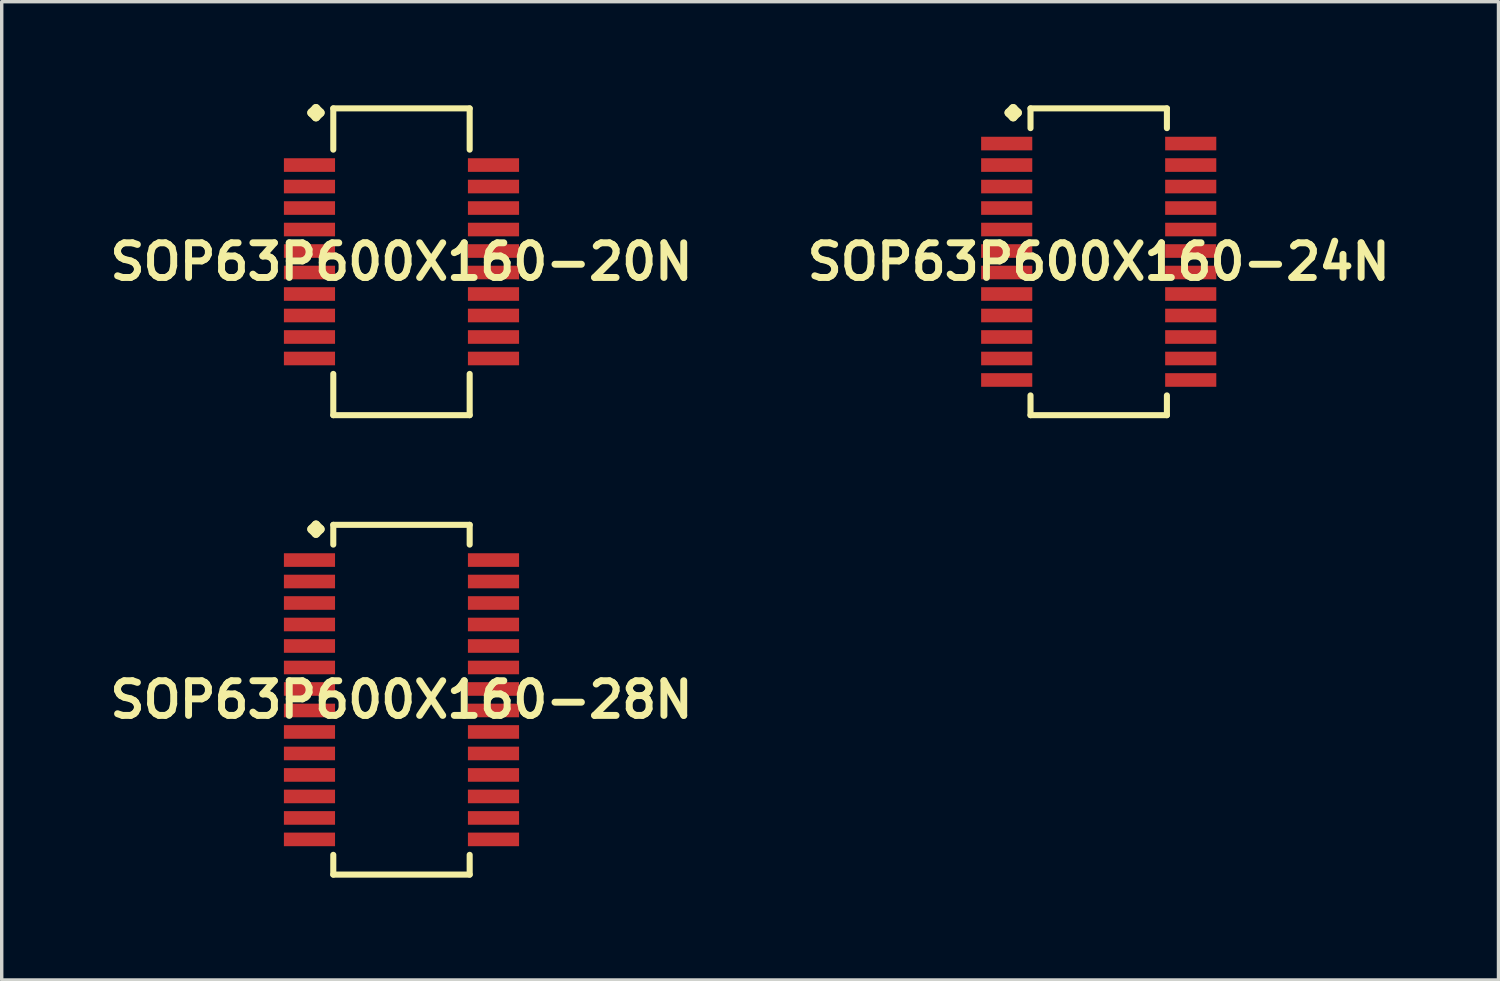
<source format=kicad_pcb>
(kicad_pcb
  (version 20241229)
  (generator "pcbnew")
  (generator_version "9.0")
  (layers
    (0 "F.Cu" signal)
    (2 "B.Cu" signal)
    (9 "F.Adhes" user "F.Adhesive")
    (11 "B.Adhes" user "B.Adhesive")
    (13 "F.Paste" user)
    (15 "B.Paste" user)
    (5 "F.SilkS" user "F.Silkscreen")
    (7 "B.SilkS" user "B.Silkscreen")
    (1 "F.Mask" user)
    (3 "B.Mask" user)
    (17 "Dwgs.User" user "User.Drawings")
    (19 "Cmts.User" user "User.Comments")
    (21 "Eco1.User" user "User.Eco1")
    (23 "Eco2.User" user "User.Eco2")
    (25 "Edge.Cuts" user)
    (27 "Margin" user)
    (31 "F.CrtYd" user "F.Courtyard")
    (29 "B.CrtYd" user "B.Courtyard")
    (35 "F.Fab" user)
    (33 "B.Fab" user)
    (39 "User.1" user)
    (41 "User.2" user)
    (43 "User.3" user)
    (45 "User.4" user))
  (footprint "SOP63P600X160-20N"
    (layer "F.Cu")
    (at 8.718 4.623)
    (property "Reference" "SOP63P600X160-20N" (at 0 0 0) (layer "F.SilkS") (effects (font (size 1.016 1.016) (thickness 0.203))))
    (attr smd)
    (fp_line (start -2.634 -4.369) (end -2.507 -4.496) (stroke (width 0.254) (type solid)) (layer "F.SilkS"))
    (fp_line (start -2.507 -4.496) (end -2.38 -4.369) (stroke (width 0.254) (type solid)) (layer "F.SilkS"))
    (fp_line (start -2.507 -4.242) (end -2.634 -4.369) (stroke (width 0.254) (type solid)) (layer "F.SilkS"))
    (fp_line (start -2.38 -4.369) (end -2.507 -4.242) (stroke (width 0.254) (type solid)) (layer "F.SilkS"))
    (fp_line (start -1.999 -4.496) (end 1.999 -4.496) (stroke (width 0.178) (type solid)) (layer "F.SilkS"))
    (fp_line (start -1.999 -3.287) (end -1.999 -4.496) (stroke (width 0.178) (type solid)) (layer "F.SilkS"))
    (fp_line (start -1.999 3.287) (end -1.999 4.496) (stroke (width 0.178) (type solid)) (layer "F.SilkS"))
    (fp_line (start -1.999 4.496) (end 1.999 4.496) (stroke (width 0.178) (type solid)) (layer "F.SilkS"))
    (fp_line (start 1.999 -4.496) (end 1.999 -3.287) (stroke (width 0.178) (type solid)) (layer "F.SilkS"))
    (fp_line (start 1.999 4.496) (end 1.999 3.287) (stroke (width 0.178) (type solid)) (layer "F.SilkS"))
    (pad "1" smd rect (at -2.697 -2.835) (size 1.499 0.399) (layers "F.Cu" "F.Mask" "F.Paste"))
    (pad "2" smd rect (at -2.697 -2.205) (size 1.499 0.399) (layers "F.Cu" "F.Mask" "F.Paste"))
    (pad "3" smd rect (at -2.697 -1.575) (size 1.499 0.399) (layers "F.Cu" "F.Mask" "F.Paste"))
    (pad "4" smd rect (at -2.697 -0.945) (size 1.499 0.399) (layers "F.Cu" "F.Mask" "F.Paste"))
    (pad "5" smd rect (at -2.697 -0.315) (size 1.499 0.399) (layers "F.Cu" "F.Mask" "F.Paste"))
    (pad "6" smd rect (at -2.697 0.315) (size 1.499 0.399) (layers "F.Cu" "F.Mask" "F.Paste"))
    (pad "7" smd rect (at -2.697 0.945) (size 1.499 0.399) (layers "F.Cu" "F.Mask" "F.Paste"))
    (pad "8" smd rect (at -2.697 1.575) (size 1.499 0.399) (layers "F.Cu" "F.Mask" "F.Paste"))
    (pad "9" smd rect (at -2.697 2.205) (size 1.499 0.399) (layers "F.Cu" "F.Mask" "F.Paste"))
    (pad "10" smd rect (at -2.697 2.835) (size 1.499 0.399) (layers "F.Cu" "F.Mask" "F.Paste"))
    (pad "11" smd rect (at 2.697 2.835) (size 1.499 0.399) (layers "F.Cu" "F.Mask" "F.Paste"))
    (pad "12" smd rect (at 2.697 2.205) (size 1.499 0.399) (layers "F.Cu" "F.Mask" "F.Paste"))
    (pad "13" smd rect (at 2.697 1.575) (size 1.499 0.399) (layers "F.Cu" "F.Mask" "F.Paste"))
    (pad "14" smd rect (at 2.697 0.945) (size 1.499 0.399) (layers "F.Cu" "F.Mask" "F.Paste"))
    (pad "15" smd rect (at 2.697 0.315) (size 1.499 0.399) (layers "F.Cu" "F.Mask" "F.Paste"))
    (pad "16" smd rect (at 2.697 -0.315) (size 1.499 0.399) (layers "F.Cu" "F.Mask" "F.Paste"))
    (pad "17" smd rect (at 2.697 -0.945) (size 1.499 0.399) (layers "F.Cu" "F.Mask" "F.Paste"))
    (pad "18" smd rect (at 2.697 -1.575) (size 1.499 0.399) (layers "F.Cu" "F.Mask" "F.Paste"))
    (pad "19" smd rect (at 2.697 -2.205) (size 1.499 0.399) (layers "F.Cu" "F.Mask" "F.Paste"))
    (pad "20" smd rect (at 2.697 -2.835) (size 1.499 0.399) (layers "F.Cu" "F.Mask" "F.Paste")))
  (footprint "SOP63P600X160-28N"
    (layer "F.Cu")
    (at 8.718 17.46)
    (property "Reference" "SOP63P600X160-28N" (at 0 0 0) (layer "F.SilkS") (effects (font (size 1.016 1.016) (thickness 0.203))))
    (attr smd)
    (fp_line (start -2.634 -4.999) (end -2.507 -5.126) (stroke (width 0.254) (type solid)) (layer "F.SilkS"))
    (fp_line (start -2.507 -5.126) (end -2.38 -4.999) (stroke (width 0.254) (type solid)) (layer "F.SilkS"))
    (fp_line (start -2.507 -4.872) (end -2.634 -4.999) (stroke (width 0.254) (type solid)) (layer "F.SilkS"))
    (fp_line (start -2.38 -4.999) (end -2.507 -4.872) (stroke (width 0.254) (type solid)) (layer "F.SilkS"))
    (fp_line (start -1.999 -5.126) (end 1.999 -5.126) (stroke (width 0.178) (type solid)) (layer "F.SilkS"))
    (fp_line (start -1.999 -4.547) (end -1.999 -5.126) (stroke (width 0.178) (type solid)) (layer "F.SilkS"))
    (fp_line (start -1.999 4.547) (end -1.999 5.126) (stroke (width 0.178) (type solid)) (layer "F.SilkS"))
    (fp_line (start -1.999 5.126) (end 1.999 5.126) (stroke (width 0.178) (type solid)) (layer "F.SilkS"))
    (fp_line (start 1.999 -5.126) (end 1.999 -4.547) (stroke (width 0.178) (type solid)) (layer "F.SilkS"))
    (fp_line (start 1.999 5.126) (end 1.999 4.547) (stroke (width 0.178) (type solid)) (layer "F.SilkS"))
    (pad "1" smd rect (at -2.697 -4.094) (size 1.499 0.399) (layers "F.Cu" "F.Mask" "F.Paste"))
    (pad "2" smd rect (at -2.697 -3.465) (size 1.499 0.399) (layers "F.Cu" "F.Mask" "F.Paste"))
    (pad "3" smd rect (at -2.697 -2.835) (size 1.499 0.399) (layers "F.Cu" "F.Mask" "F.Paste"))
    (pad "4" smd rect (at -2.697 -2.205) (size 1.499 0.399) (layers "F.Cu" "F.Mask" "F.Paste"))
    (pad "5" smd rect (at -2.697 -1.575) (size 1.499 0.399) (layers "F.Cu" "F.Mask" "F.Paste"))
    (pad "6" smd rect (at -2.697 -0.945) (size 1.499 0.399) (layers "F.Cu" "F.Mask" "F.Paste"))
    (pad "7" smd rect (at -2.697 -0.315) (size 1.499 0.399) (layers "F.Cu" "F.Mask" "F.Paste"))
    (pad "8" smd rect (at -2.697 0.315) (size 1.499 0.399) (layers "F.Cu" "F.Mask" "F.Paste"))
    (pad "9" smd rect (at -2.697 0.945) (size 1.499 0.399) (layers "F.Cu" "F.Mask" "F.Paste"))
    (pad "10" smd rect (at -2.697 1.575) (size 1.499 0.399) (layers "F.Cu" "F.Mask" "F.Paste"))
    (pad "11" smd rect (at -2.697 2.205) (size 1.499 0.399) (layers "F.Cu" "F.Mask" "F.Paste"))
    (pad "12" smd rect (at -2.697 2.835) (size 1.499 0.399) (layers "F.Cu" "F.Mask" "F.Paste"))
    (pad "13" smd rect (at -2.697 3.465) (size 1.499 0.399) (layers "F.Cu" "F.Mask" "F.Paste"))
    (pad "14" smd rect (at -2.697 4.094) (size 1.499 0.399) (layers "F.Cu" "F.Mask" "F.Paste"))
    (pad "15" smd rect (at 2.697 4.094) (size 1.499 0.399) (layers "F.Cu" "F.Mask" "F.Paste"))
    (pad "16" smd rect (at 2.697 3.465) (size 1.499 0.399) (layers "F.Cu" "F.Mask" "F.Paste"))
    (pad "17" smd rect (at 2.697 2.835) (size 1.499 0.399) (layers "F.Cu" "F.Mask" "F.Paste"))
    (pad "18" smd rect (at 2.697 2.205) (size 1.499 0.399) (layers "F.Cu" "F.Mask" "F.Paste"))
    (pad "19" smd rect (at 2.697 1.575) (size 1.499 0.399) (layers "F.Cu" "F.Mask" "F.Paste"))
    (pad "20" smd rect (at 2.697 0.945) (size 1.499 0.399) (layers "F.Cu" "F.Mask" "F.Paste"))
    (pad "21" smd rect (at 2.697 0.315) (size 1.499 0.399) (layers "F.Cu" "F.Mask" "F.Paste"))
    (pad "22" smd rect (at 2.697 -0.315) (size 1.499 0.399) (layers "F.Cu" "F.Mask" "F.Paste"))
    (pad "23" smd rect (at 2.697 -0.945) (size 1.499 0.399) (layers "F.Cu" "F.Mask" "F.Paste"))
    (pad "24" smd rect (at 2.697 -1.575) (size 1.499 0.399) (layers "F.Cu" "F.Mask" "F.Paste"))
    (pad "25" smd rect (at 2.697 -2.205) (size 1.499 0.399) (layers "F.Cu" "F.Mask" "F.Paste"))
    (pad "26" smd rect (at 2.697 -2.835) (size 1.499 0.399) (layers "F.Cu" "F.Mask" "F.Paste"))
    (pad "27" smd rect (at 2.697 -3.465) (size 1.499 0.399) (layers "F.Cu" "F.Mask" "F.Paste"))
    (pad "28" smd rect (at 2.697 -4.094) (size 1.499 0.399) (layers "F.Cu" "F.Mask" "F.Paste")))
  (footprint "SOP63P600X160-24N"
    (layer "F.Cu")
    (at 29.155 4.623)
    (property "Reference" "SOP63P600X160-24N" (at 0 0 0) (layer "F.SilkS") (effects (font (size 1.016 1.016) (thickness 0.203))))
    (attr smd)
    (fp_line (start -2.634 -4.369) (end -2.507 -4.496) (stroke (width 0.254) (type solid)) (layer "F.SilkS"))
    (fp_line (start -2.507 -4.496) (end -2.38 -4.369) (stroke (width 0.254) (type solid)) (layer "F.SilkS"))
    (fp_line (start -2.507 -4.242) (end -2.634 -4.369) (stroke (width 0.254) (type solid)) (layer "F.SilkS"))
    (fp_line (start -2.38 -4.369) (end -2.507 -4.242) (stroke (width 0.254) (type solid)) (layer "F.SilkS"))
    (fp_line (start -1.999 -4.496) (end 1.999 -4.496) (stroke (width 0.178) (type solid)) (layer "F.SilkS"))
    (fp_line (start -1.999 -3.917) (end -1.999 -4.496) (stroke (width 0.178) (type solid)) (layer "F.SilkS"))
    (fp_line (start -1.999 3.917) (end -1.999 4.496) (stroke (width 0.178) (type solid)) (layer "F.SilkS"))
    (fp_line (start -1.999 4.496) (end 1.999 4.496) (stroke (width 0.178) (type solid)) (layer "F.SilkS"))
    (fp_line (start 1.999 -4.496) (end 1.999 -3.917) (stroke (width 0.178) (type solid)) (layer "F.SilkS"))
    (fp_line (start 1.999 4.496) (end 1.999 3.917) (stroke (width 0.178) (type solid)) (layer "F.SilkS"))
    (pad "1" smd rect (at -2.697 -3.465) (size 1.499 0.399) (layers "F.Cu" "F.Mask" "F.Paste"))
    (pad "2" smd rect (at -2.697 -2.835) (size 1.499 0.399) (layers "F.Cu" "F.Mask" "F.Paste"))
    (pad "3" smd rect (at -2.697 -2.205) (size 1.499 0.399) (layers "F.Cu" "F.Mask" "F.Paste"))
    (pad "4" smd rect (at -2.697 -1.575) (size 1.499 0.399) (layers "F.Cu" "F.Mask" "F.Paste"))
    (pad "5" smd rect (at -2.697 -0.945) (size 1.499 0.399) (layers "F.Cu" "F.Mask" "F.Paste"))
    (pad "6" smd rect (at -2.697 -0.315) (size 1.499 0.399) (layers "F.Cu" "F.Mask" "F.Paste"))
    (pad "7" smd rect (at -2.697 0.315) (size 1.499 0.399) (layers "F.Cu" "F.Mask" "F.Paste"))
    (pad "8" smd rect (at -2.697 0.945) (size 1.499 0.399) (layers "F.Cu" "F.Mask" "F.Paste"))
    (pad "9" smd rect (at -2.697 1.575) (size 1.499 0.399) (layers "F.Cu" "F.Mask" "F.Paste"))
    (pad "10" smd rect (at -2.697 2.205) (size 1.499 0.399) (layers "F.Cu" "F.Mask" "F.Paste"))
    (pad "11" smd rect (at -2.697 2.835) (size 1.499 0.399) (layers "F.Cu" "F.Mask" "F.Paste"))
    (pad "12" smd rect (at -2.697 3.465) (size 1.499 0.399) (layers "F.Cu" "F.Mask" "F.Paste"))
    (pad "13" smd rect (at 2.697 3.465) (size 1.499 0.399) (layers "F.Cu" "F.Mask" "F.Paste"))
    (pad "14" smd rect (at 2.697 2.835) (size 1.499 0.399) (layers "F.Cu" "F.Mask" "F.Paste"))
    (pad "15" smd rect (at 2.697 2.205) (size 1.499 0.399) (layers "F.Cu" "F.Mask" "F.Paste"))
    (pad "16" smd rect (at 2.697 1.575) (size 1.499 0.399) (layers "F.Cu" "F.Mask" "F.Paste"))
    (pad "17" smd rect (at 2.697 0.945) (size 1.499 0.399) (layers "F.Cu" "F.Mask" "F.Paste"))
    (pad "18" smd rect (at 2.697 0.315) (size 1.499 0.399) (layers "F.Cu" "F.Mask" "F.Paste"))
    (pad "19" smd rect (at 2.697 -0.315) (size 1.499 0.399) (layers "F.Cu" "F.Mask" "F.Paste"))
    (pad "20" smd rect (at 2.697 -0.945) (size 1.499 0.399) (layers "F.Cu" "F.Mask" "F.Paste"))
    (pad "21" smd rect (at 2.697 -1.575) (size 1.499 0.399) (layers "F.Cu" "F.Mask" "F.Paste"))
    (pad "22" smd rect (at 2.697 -2.205) (size 1.499 0.399) (layers "F.Cu" "F.Mask" "F.Paste"))
    (pad "23" smd rect (at 2.697 -2.835) (size 1.499 0.399) (layers "F.Cu" "F.Mask" "F.Paste"))
    (pad "24" smd rect (at 2.697 -3.465) (size 1.499 0.399) (layers "F.Cu" "F.Mask" "F.Paste")))
  (gr_rect
    (start -3 -3)
    (end 40.873 25.675)
    (stroke (width 0.1) (type default))
    (fill no)
    (layer "Edge.Cuts")))
</source>
